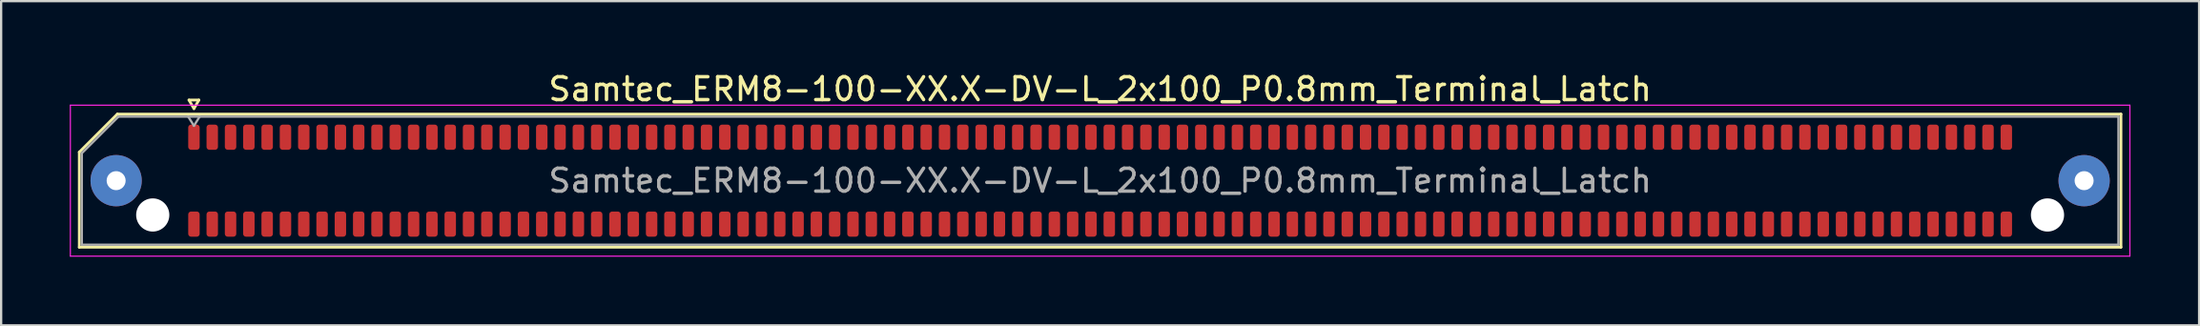
<source format=kicad_pcb>
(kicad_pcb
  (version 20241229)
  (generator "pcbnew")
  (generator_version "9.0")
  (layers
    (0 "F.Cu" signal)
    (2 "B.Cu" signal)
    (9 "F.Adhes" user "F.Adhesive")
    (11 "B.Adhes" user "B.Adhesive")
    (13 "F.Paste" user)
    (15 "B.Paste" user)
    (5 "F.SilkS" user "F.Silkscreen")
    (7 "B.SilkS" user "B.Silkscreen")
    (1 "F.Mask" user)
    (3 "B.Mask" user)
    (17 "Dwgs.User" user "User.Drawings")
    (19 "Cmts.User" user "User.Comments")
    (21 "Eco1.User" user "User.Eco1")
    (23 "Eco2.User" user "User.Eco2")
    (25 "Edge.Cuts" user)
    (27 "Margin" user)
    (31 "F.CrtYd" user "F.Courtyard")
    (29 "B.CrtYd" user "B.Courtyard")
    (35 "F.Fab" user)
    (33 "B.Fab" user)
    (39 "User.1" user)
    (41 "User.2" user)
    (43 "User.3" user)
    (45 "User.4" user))
  (footprint "Samtec_ERM8-100-XX.X-DV-L_2x100_P0.8mm_Terminal_Latch"
    (layer "F.Cu")
    (at 45.025 4.848)
    (property "Reference" "Samtec_ERM8-100-XX.X-DV-L_2x100_P0.8mm_Terminal_Latch" (at 0 -4 0) (layer "F.SilkS") (effects (font (size 1 1) (thickness 0.15))))
    (attr smd)
    (fp_line (start -44.61 -1.246) (end -42.946 -2.91) (stroke (width 0.12) (type solid)) (layer "F.SilkS"))
    (fp_line (start -44.61 2.91) (end -44.61 -1.246) (stroke (width 0.12) (type solid)) (layer "F.SilkS"))
    (fp_line (start -42.946 -2.91) (end 44.61 -2.91) (stroke (width 0.12) (type solid)) (layer "F.SilkS"))
    (fp_line (start -39.817 -3.525) (end -39.6 -3.15) (stroke (width 0.12) (type solid)) (layer "F.SilkS"))
    (fp_line (start -39.6 -3.15) (end -39.383 -3.525) (stroke (width 0.12) (type solid)) (layer "F.SilkS"))
    (fp_line (start -39.383 -3.525) (end -39.817 -3.525) (stroke (width 0.12) (type solid)) (layer "F.SilkS"))
    (fp_line (start 44.61 -2.91) (end 44.61 2.91) (stroke (width 0.12) (type solid)) (layer "F.SilkS"))
    (fp_line (start 44.61 2.91) (end -44.61 2.91) (stroke (width 0.12) (type solid)) (layer "F.SilkS"))
    (fp_line (start -45 -3.3) (end -45 3.3) (stroke (width 0.05) (type solid)) (layer "F.CrtYd"))
    (fp_line (start -45 3.3) (end 45 3.3) (stroke (width 0.05) (type solid)) (layer "F.CrtYd"))
    (fp_line (start 45 -3.3) (end -45 -3.3) (stroke (width 0.05) (type solid)) (layer "F.CrtYd"))
    (fp_line (start 45 3.3) (end 45 -3.3) (stroke (width 0.05) (type solid)) (layer "F.CrtYd"))
    (fp_line (start -44.5 -1.2) (end -42.9 -2.8) (stroke (width 0.1) (type solid)) (layer "F.Fab"))
    (fp_line (start -44.5 2.8) (end -44.5 -1.2) (stroke (width 0.1) (type solid)) (layer "F.Fab"))
    (fp_line (start -42.9 -2.8) (end 44.5 -2.8) (stroke (width 0.1) (type solid)) (layer "F.Fab"))
    (fp_line (start -39.6 -2.4) (end -39.85 -2.8) (stroke (width 0.1) (type solid)) (layer "F.Fab"))
    (fp_line (start -39.6 -2.4) (end -39.35 -2.8) (stroke (width 0.1) (type solid)) (layer "F.Fab"))
    (fp_line (start 44.5 -2.8) (end 44.5 2.8) (stroke (width 0.1) (type solid)) (layer "F.Fab"))
    (fp_line (start 44.5 2.8) (end -44.5 2.8) (stroke (width 0.1) (type solid)) (layer "F.Fab"))
    (fp_text user "${REFERENCE}" (at 0 0 0) (layer "F.Fab") (effects (font (size 1 1) (thickness 0.15))))
    (pad "" thru_hole circle (at -43 0) (size 2.24 2.24) (drill 0.83) (layers "*.Cu" "*.Mask" "F.Paste"))
    (pad "" np_thru_hole circle (at -41.4 1.5) (size 1.45 1.45) (drill 1.45) (layers "*.Cu" "*.Mask"))
    (pad "" np_thru_hole circle (at 41.4 1.5) (size 1.45 1.45) (drill 1.45) (layers "*.Cu" "*.Mask"))
    (pad "" thru_hole circle (at 43 0) (size 2.24 2.24) (drill 0.83) (layers "*.Cu" "*.Mask" "F.Paste"))
    (pad "1" smd roundrect (at -39.6 -1.9) (size 0.5 1.1) (layers "F.Cu" "F.Mask" "F.Paste") (roundrect_rratio 0.25))
    (pad "2" smd roundrect (at -39.6 1.9) (size 0.5 1.1) (layers "F.Cu" "F.Mask" "F.Paste") (roundrect_rratio 0.25))
    (pad "3" smd roundrect (at -38.8 -1.9) (size 0.5 1.1) (layers "F.Cu" "F.Mask" "F.Paste") (roundrect_rratio 0.25))
    (pad "4" smd roundrect (at -38.8 1.9) (size 0.5 1.1) (layers "F.Cu" "F.Mask" "F.Paste") (roundrect_rratio 0.25))
    (pad "5" smd roundrect (at -38 -1.9) (size 0.5 1.1) (layers "F.Cu" "F.Mask" "F.Paste") (roundrect_rratio 0.25))
    (pad "6" smd roundrect (at -38 1.9) (size 0.5 1.1) (layers "F.Cu" "F.Mask" "F.Paste") (roundrect_rratio 0.25))
    (pad "7" smd roundrect (at -37.2 -1.9) (size 0.5 1.1) (layers "F.Cu" "F.Mask" "F.Paste") (roundrect_rratio 0.25))
    (pad "8" smd roundrect (at -37.2 1.9) (size 0.5 1.1) (layers "F.Cu" "F.Mask" "F.Paste") (roundrect_rratio 0.25))
    (pad "9" smd roundrect (at -36.4 -1.9) (size 0.5 1.1) (layers "F.Cu" "F.Mask" "F.Paste") (roundrect_rratio 0.25))
    (pad "10" smd roundrect (at -36.4 1.9) (size 0.5 1.1) (layers "F.Cu" "F.Mask" "F.Paste") (roundrect_rratio 0.25))
    (pad "11" smd roundrect (at -35.6 -1.9) (size 0.5 1.1) (layers "F.Cu" "F.Mask" "F.Paste") (roundrect_rratio 0.25))
    (pad "12" smd roundrect (at -35.6 1.9) (size 0.5 1.1) (layers "F.Cu" "F.Mask" "F.Paste") (roundrect_rratio 0.25))
    (pad "13" smd roundrect (at -34.8 -1.9) (size 0.5 1.1) (layers "F.Cu" "F.Mask" "F.Paste") (roundrect_rratio 0.25))
    (pad "14" smd roundrect (at -34.8 1.9) (size 0.5 1.1) (layers "F.Cu" "F.Mask" "F.Paste") (roundrect_rratio 0.25))
    (pad "15" smd roundrect (at -34 -1.9) (size 0.5 1.1) (layers "F.Cu" "F.Mask" "F.Paste") (roundrect_rratio 0.25))
    (pad "16" smd roundrect (at -34 1.9) (size 0.5 1.1) (layers "F.Cu" "F.Mask" "F.Paste") (roundrect_rratio 0.25))
    (pad "17" smd roundrect (at -33.2 -1.9) (size 0.5 1.1) (layers "F.Cu" "F.Mask" "F.Paste") (roundrect_rratio 0.25))
    (pad "18" smd roundrect (at -33.2 1.9) (size 0.5 1.1) (layers "F.Cu" "F.Mask" "F.Paste") (roundrect_rratio 0.25))
    (pad "19" smd roundrect (at -32.4 -1.9) (size 0.5 1.1) (layers "F.Cu" "F.Mask" "F.Paste") (roundrect_rratio 0.25))
    (pad "20" smd roundrect (at -32.4 1.9) (size 0.5 1.1) (layers "F.Cu" "F.Mask" "F.Paste") (roundrect_rratio 0.25))
    (pad "21" smd roundrect (at -31.6 -1.9) (size 0.5 1.1) (layers "F.Cu" "F.Mask" "F.Paste") (roundrect_rratio 0.25))
    (pad "22" smd roundrect (at -31.6 1.9) (size 0.5 1.1) (layers "F.Cu" "F.Mask" "F.Paste") (roundrect_rratio 0.25))
    (pad "23" smd roundrect (at -30.8 -1.9) (size 0.5 1.1) (layers "F.Cu" "F.Mask" "F.Paste") (roundrect_rratio 0.25))
    (pad "24" smd roundrect (at -30.8 1.9) (size 0.5 1.1) (layers "F.Cu" "F.Mask" "F.Paste") (roundrect_rratio 0.25))
    (pad "25" smd roundrect (at -30 -1.9) (size 0.5 1.1) (layers "F.Cu" "F.Mask" "F.Paste") (roundrect_rratio 0.25))
    (pad "26" smd roundrect (at -30 1.9) (size 0.5 1.1) (layers "F.Cu" "F.Mask" "F.Paste") (roundrect_rratio 0.25))
    (pad "27" smd roundrect (at -29.2 -1.9) (size 0.5 1.1) (layers "F.Cu" "F.Mask" "F.Paste") (roundrect_rratio 0.25))
    (pad "28" smd roundrect (at -29.2 1.9) (size 0.5 1.1) (layers "F.Cu" "F.Mask" "F.Paste") (roundrect_rratio 0.25))
    (pad "29" smd roundrect (at -28.4 -1.9) (size 0.5 1.1) (layers "F.Cu" "F.Mask" "F.Paste") (roundrect_rratio 0.25))
    (pad "30" smd roundrect (at -28.4 1.9) (size 0.5 1.1) (layers "F.Cu" "F.Mask" "F.Paste") (roundrect_rratio 0.25))
    (pad "31" smd roundrect (at -27.6 -1.9) (size 0.5 1.1) (layers "F.Cu" "F.Mask" "F.Paste") (roundrect_rratio 0.25))
    (pad "32" smd roundrect (at -27.6 1.9) (size 0.5 1.1) (layers "F.Cu" "F.Mask" "F.Paste") (roundrect_rratio 0.25))
    (pad "33" smd roundrect (at -26.8 -1.9) (size 0.5 1.1) (layers "F.Cu" "F.Mask" "F.Paste") (roundrect_rratio 0.25))
    (pad "34" smd roundrect (at -26.8 1.9) (size 0.5 1.1) (layers "F.Cu" "F.Mask" "F.Paste") (roundrect_rratio 0.25))
    (pad "35" smd roundrect (at -26 -1.9) (size 0.5 1.1) (layers "F.Cu" "F.Mask" "F.Paste") (roundrect_rratio 0.25))
    (pad "36" smd roundrect (at -26 1.9) (size 0.5 1.1) (layers "F.Cu" "F.Mask" "F.Paste") (roundrect_rratio 0.25))
    (pad "37" smd roundrect (at -25.2 -1.9) (size 0.5 1.1) (layers "F.Cu" "F.Mask" "F.Paste") (roundrect_rratio 0.25))
    (pad "38" smd roundrect (at -25.2 1.9) (size 0.5 1.1) (layers "F.Cu" "F.Mask" "F.Paste") (roundrect_rratio 0.25))
    (pad "39" smd roundrect (at -24.4 -1.9) (size 0.5 1.1) (layers "F.Cu" "F.Mask" "F.Paste") (roundrect_rratio 0.25))
    (pad "40" smd roundrect (at -24.4 1.9) (size 0.5 1.1) (layers "F.Cu" "F.Mask" "F.Paste") (roundrect_rratio 0.25))
    (pad "41" smd roundrect (at -23.6 -1.9) (size 0.5 1.1) (layers "F.Cu" "F.Mask" "F.Paste") (roundrect_rratio 0.25))
    (pad "42" smd roundrect (at -23.6 1.9) (size 0.5 1.1) (layers "F.Cu" "F.Mask" "F.Paste") (roundrect_rratio 0.25))
    (pad "43" smd roundrect (at -22.8 -1.9) (size 0.5 1.1) (layers "F.Cu" "F.Mask" "F.Paste") (roundrect_rratio 0.25))
    (pad "44" smd roundrect (at -22.8 1.9) (size 0.5 1.1) (layers "F.Cu" "F.Mask" "F.Paste") (roundrect_rratio 0.25))
    (pad "45" smd roundrect (at -22 -1.9) (size 0.5 1.1) (layers "F.Cu" "F.Mask" "F.Paste") (roundrect_rratio 0.25))
    (pad "46" smd roundrect (at -22 1.9) (size 0.5 1.1) (layers "F.Cu" "F.Mask" "F.Paste") (roundrect_rratio 0.25))
    (pad "47" smd roundrect (at -21.2 -1.9) (size 0.5 1.1) (layers "F.Cu" "F.Mask" "F.Paste") (roundrect_rratio 0.25))
    (pad "48" smd roundrect (at -21.2 1.9) (size 0.5 1.1) (layers "F.Cu" "F.Mask" "F.Paste") (roundrect_rratio 0.25))
    (pad "49" smd roundrect (at -20.4 -1.9) (size 0.5 1.1) (layers "F.Cu" "F.Mask" "F.Paste") (roundrect_rratio 0.25))
    (pad "50" smd roundrect (at -20.4 1.9) (size 0.5 1.1) (layers "F.Cu" "F.Mask" "F.Paste") (roundrect_rratio 0.25))
    (pad "51" smd roundrect (at -19.6 -1.9) (size 0.5 1.1) (layers "F.Cu" "F.Mask" "F.Paste") (roundrect_rratio 0.25))
    (pad "52" smd roundrect (at -19.6 1.9) (size 0.5 1.1) (layers "F.Cu" "F.Mask" "F.Paste") (roundrect_rratio 0.25))
    (pad "53" smd roundrect (at -18.8 -1.9) (size 0.5 1.1) (layers "F.Cu" "F.Mask" "F.Paste") (roundrect_rratio 0.25))
    (pad "54" smd roundrect (at -18.8 1.9) (size 0.5 1.1) (layers "F.Cu" "F.Mask" "F.Paste") (roundrect_rratio 0.25))
    (pad "55" smd roundrect (at -18 -1.9) (size 0.5 1.1) (layers "F.Cu" "F.Mask" "F.Paste") (roundrect_rratio 0.25))
    (pad "56" smd roundrect (at -18 1.9) (size 0.5 1.1) (layers "F.Cu" "F.Mask" "F.Paste") (roundrect_rratio 0.25))
    (pad "57" smd roundrect (at -17.2 -1.9) (size 0.5 1.1) (layers "F.Cu" "F.Mask" "F.Paste") (roundrect_rratio 0.25))
    (pad "58" smd roundrect (at -17.2 1.9) (size 0.5 1.1) (layers "F.Cu" "F.Mask" "F.Paste") (roundrect_rratio 0.25))
    (pad "59" smd roundrect (at -16.4 -1.9) (size 0.5 1.1) (layers "F.Cu" "F.Mask" "F.Paste") (roundrect_rratio 0.25))
    (pad "60" smd roundrect (at -16.4 1.9) (size 0.5 1.1) (layers "F.Cu" "F.Mask" "F.Paste") (roundrect_rratio 0.25))
    (pad "61" smd roundrect (at -15.6 -1.9) (size 0.5 1.1) (layers "F.Cu" "F.Mask" "F.Paste") (roundrect_rratio 0.25))
    (pad "62" smd roundrect (at -15.6 1.9) (size 0.5 1.1) (layers "F.Cu" "F.Mask" "F.Paste") (roundrect_rratio 0.25))
    (pad "63" smd roundrect (at -14.8 -1.9) (size 0.5 1.1) (layers "F.Cu" "F.Mask" "F.Paste") (roundrect_rratio 0.25))
    (pad "64" smd roundrect (at -14.8 1.9) (size 0.5 1.1) (layers "F.Cu" "F.Mask" "F.Paste") (roundrect_rratio 0.25))
    (pad "65" smd roundrect (at -14 -1.9) (size 0.5 1.1) (layers "F.Cu" "F.Mask" "F.Paste") (roundrect_rratio 0.25))
    (pad "66" smd roundrect (at -14 1.9) (size 0.5 1.1) (layers "F.Cu" "F.Mask" "F.Paste") (roundrect_rratio 0.25))
    (pad "67" smd roundrect (at -13.2 -1.9) (size 0.5 1.1) (layers "F.Cu" "F.Mask" "F.Paste") (roundrect_rratio 0.25))
    (pad "68" smd roundrect (at -13.2 1.9) (size 0.5 1.1) (layers "F.Cu" "F.Mask" "F.Paste") (roundrect_rratio 0.25))
    (pad "69" smd roundrect (at -12.4 -1.9) (size 0.5 1.1) (layers "F.Cu" "F.Mask" "F.Paste") (roundrect_rratio 0.25))
    (pad "70" smd roundrect (at -12.4 1.9) (size 0.5 1.1) (layers "F.Cu" "F.Mask" "F.Paste") (roundrect_rratio 0.25))
    (pad "71" smd roundrect (at -11.6 -1.9) (size 0.5 1.1) (layers "F.Cu" "F.Mask" "F.Paste") (roundrect_rratio 0.25))
    (pad "72" smd roundrect (at -11.6 1.9) (size 0.5 1.1) (layers "F.Cu" "F.Mask" "F.Paste") (roundrect_rratio 0.25))
    (pad "73" smd roundrect (at -10.8 -1.9) (size 0.5 1.1) (layers "F.Cu" "F.Mask" "F.Paste") (roundrect_rratio 0.25))
    (pad "74" smd roundrect (at -10.8 1.9) (size 0.5 1.1) (layers "F.Cu" "F.Mask" "F.Paste") (roundrect_rratio 0.25))
    (pad "75" smd roundrect (at -10 -1.9) (size 0.5 1.1) (layers "F.Cu" "F.Mask" "F.Paste") (roundrect_rratio 0.25))
    (pad "76" smd roundrect (at -10 1.9) (size 0.5 1.1) (layers "F.Cu" "F.Mask" "F.Paste") (roundrect_rratio 0.25))
    (pad "77" smd roundrect (at -9.2 -1.9) (size 0.5 1.1) (layers "F.Cu" "F.Mask" "F.Paste") (roundrect_rratio 0.25))
    (pad "78" smd roundrect (at -9.2 1.9) (size 0.5 1.1) (layers "F.Cu" "F.Mask" "F.Paste") (roundrect_rratio 0.25))
    (pad "79" smd roundrect (at -8.4 -1.9) (size 0.5 1.1) (layers "F.Cu" "F.Mask" "F.Paste") (roundrect_rratio 0.25))
    (pad "80" smd roundrect (at -8.4 1.9) (size 0.5 1.1) (layers "F.Cu" "F.Mask" "F.Paste") (roundrect_rratio 0.25))
    (pad "81" smd roundrect (at -7.6 -1.9) (size 0.5 1.1) (layers "F.Cu" "F.Mask" "F.Paste") (roundrect_rratio 0.25))
    (pad "82" smd roundrect (at -7.6 1.9) (size 0.5 1.1) (layers "F.Cu" "F.Mask" "F.Paste") (roundrect_rratio 0.25))
    (pad "83" smd roundrect (at -6.8 -1.9) (size 0.5 1.1) (layers "F.Cu" "F.Mask" "F.Paste") (roundrect_rratio 0.25))
    (pad "84" smd roundrect (at -6.8 1.9) (size 0.5 1.1) (layers "F.Cu" "F.Mask" "F.Paste") (roundrect_rratio 0.25))
    (pad "85" smd roundrect (at -6 -1.9) (size 0.5 1.1) (layers "F.Cu" "F.Mask" "F.Paste") (roundrect_rratio 0.25))
    (pad "86" smd roundrect (at -6 1.9) (size 0.5 1.1) (layers "F.Cu" "F.Mask" "F.Paste") (roundrect_rratio 0.25))
    (pad "87" smd roundrect (at -5.2 -1.9) (size 0.5 1.1) (layers "F.Cu" "F.Mask" "F.Paste") (roundrect_rratio 0.25))
    (pad "88" smd roundrect (at -5.2 1.9) (size 0.5 1.1) (layers "F.Cu" "F.Mask" "F.Paste") (roundrect_rratio 0.25))
    (pad "89" smd roundrect (at -4.4 -1.9) (size 0.5 1.1) (layers "F.Cu" "F.Mask" "F.Paste") (roundrect_rratio 0.25))
    (pad "90" smd roundrect (at -4.4 1.9) (size 0.5 1.1) (layers "F.Cu" "F.Mask" "F.Paste") (roundrect_rratio 0.25))
    (pad "91" smd roundrect (at -3.6 -1.9) (size 0.5 1.1) (layers "F.Cu" "F.Mask" "F.Paste") (roundrect_rratio 0.25))
    (pad "92" smd roundrect (at -3.6 1.9) (size 0.5 1.1) (layers "F.Cu" "F.Mask" "F.Paste") (roundrect_rratio 0.25))
    (pad "93" smd roundrect (at -2.8 -1.9) (size 0.5 1.1) (layers "F.Cu" "F.Mask" "F.Paste") (roundrect_rratio 0.25))
    (pad "94" smd roundrect (at -2.8 1.9) (size 0.5 1.1) (layers "F.Cu" "F.Mask" "F.Paste") (roundrect_rratio 0.25))
    (pad "95" smd roundrect (at -2 -1.9) (size 0.5 1.1) (layers "F.Cu" "F.Mask" "F.Paste") (roundrect_rratio 0.25))
    (pad "96" smd roundrect (at -2 1.9) (size 0.5 1.1) (layers "F.Cu" "F.Mask" "F.Paste") (roundrect_rratio 0.25))
    (pad "97" smd roundrect (at -1.2 -1.9) (size 0.5 1.1) (layers "F.Cu" "F.Mask" "F.Paste") (roundrect_rratio 0.25))
    (pad "98" smd roundrect (at -1.2 1.9) (size 0.5 1.1) (layers "F.Cu" "F.Mask" "F.Paste") (roundrect_rratio 0.25))
    (pad "99" smd roundrect (at -0.4 -1.9) (size 0.5 1.1) (layers "F.Cu" "F.Mask" "F.Paste") (roundrect_rratio 0.25))
    (pad "100" smd roundrect (at -0.4 1.9) (size 0.5 1.1) (layers "F.Cu" "F.Mask" "F.Paste") (roundrect_rratio 0.25))
    (pad "101" smd roundrect (at 0.4 -1.9) (size 0.5 1.1) (layers "F.Cu" "F.Mask" "F.Paste") (roundrect_rratio 0.25))
    (pad "102" smd roundrect (at 0.4 1.9) (size 0.5 1.1) (layers "F.Cu" "F.Mask" "F.Paste") (roundrect_rratio 0.25))
    (pad "103" smd roundrect (at 1.2 -1.9) (size 0.5 1.1) (layers "F.Cu" "F.Mask" "F.Paste") (roundrect_rratio 0.25))
    (pad "104" smd roundrect (at 1.2 1.9) (size 0.5 1.1) (layers "F.Cu" "F.Mask" "F.Paste") (roundrect_rratio 0.25))
    (pad "105" smd roundrect (at 2 -1.9) (size 0.5 1.1) (layers "F.Cu" "F.Mask" "F.Paste") (roundrect_rratio 0.25))
    (pad "106" smd roundrect (at 2 1.9) (size 0.5 1.1) (layers "F.Cu" "F.Mask" "F.Paste") (roundrect_rratio 0.25))
    (pad "107" smd roundrect (at 2.8 -1.9) (size 0.5 1.1) (layers "F.Cu" "F.Mask" "F.Paste") (roundrect_rratio 0.25))
    (pad "108" smd roundrect (at 2.8 1.9) (size 0.5 1.1) (layers "F.Cu" "F.Mask" "F.Paste") (roundrect_rratio 0.25))
    (pad "109" smd roundrect (at 3.6 -1.9) (size 0.5 1.1) (layers "F.Cu" "F.Mask" "F.Paste") (roundrect_rratio 0.25))
    (pad "110" smd roundrect (at 3.6 1.9) (size 0.5 1.1) (layers "F.Cu" "F.Mask" "F.Paste") (roundrect_rratio 0.25))
    (pad "111" smd roundrect (at 4.4 -1.9) (size 0.5 1.1) (layers "F.Cu" "F.Mask" "F.Paste") (roundrect_rratio 0.25))
    (pad "112" smd roundrect (at 4.4 1.9) (size 0.5 1.1) (layers "F.Cu" "F.Mask" "F.Paste") (roundrect_rratio 0.25))
    (pad "113" smd roundrect (at 5.2 -1.9) (size 0.5 1.1) (layers "F.Cu" "F.Mask" "F.Paste") (roundrect_rratio 0.25))
    (pad "114" smd roundrect (at 5.2 1.9) (size 0.5 1.1) (layers "F.Cu" "F.Mask" "F.Paste") (roundrect_rratio 0.25))
    (pad "115" smd roundrect (at 6 -1.9) (size 0.5 1.1) (layers "F.Cu" "F.Mask" "F.Paste") (roundrect_rratio 0.25))
    (pad "116" smd roundrect (at 6 1.9) (size 0.5 1.1) (layers "F.Cu" "F.Mask" "F.Paste") (roundrect_rratio 0.25))
    (pad "117" smd roundrect (at 6.8 -1.9) (size 0.5 1.1) (layers "F.Cu" "F.Mask" "F.Paste") (roundrect_rratio 0.25))
    (pad "118" smd roundrect (at 6.8 1.9) (size 0.5 1.1) (layers "F.Cu" "F.Mask" "F.Paste") (roundrect_rratio 0.25))
    (pad "119" smd roundrect (at 7.6 -1.9) (size 0.5 1.1) (layers "F.Cu" "F.Mask" "F.Paste") (roundrect_rratio 0.25))
    (pad "120" smd roundrect (at 7.6 1.9) (size 0.5 1.1) (layers "F.Cu" "F.Mask" "F.Paste") (roundrect_rratio 0.25))
    (pad "121" smd roundrect (at 8.4 -1.9) (size 0.5 1.1) (layers "F.Cu" "F.Mask" "F.Paste") (roundrect_rratio 0.25))
    (pad "122" smd roundrect (at 8.4 1.9) (size 0.5 1.1) (layers "F.Cu" "F.Mask" "F.Paste") (roundrect_rratio 0.25))
    (pad "123" smd roundrect (at 9.2 -1.9) (size 0.5 1.1) (layers "F.Cu" "F.Mask" "F.Paste") (roundrect_rratio 0.25))
    (pad "124" smd roundrect (at 9.2 1.9) (size 0.5 1.1) (layers "F.Cu" "F.Mask" "F.Paste") (roundrect_rratio 0.25))
    (pad "125" smd roundrect (at 10 -1.9) (size 0.5 1.1) (layers "F.Cu" "F.Mask" "F.Paste") (roundrect_rratio 0.25))
    (pad "126" smd roundrect (at 10 1.9) (size 0.5 1.1) (layers "F.Cu" "F.Mask" "F.Paste") (roundrect_rratio 0.25))
    (pad "127" smd roundrect (at 10.8 -1.9) (size 0.5 1.1) (layers "F.Cu" "F.Mask" "F.Paste") (roundrect_rratio 0.25))
    (pad "128" smd roundrect (at 10.8 1.9) (size 0.5 1.1) (layers "F.Cu" "F.Mask" "F.Paste") (roundrect_rratio 0.25))
    (pad "129" smd roundrect (at 11.6 -1.9) (size 0.5 1.1) (layers "F.Cu" "F.Mask" "F.Paste") (roundrect_rratio 0.25))
    (pad "130" smd roundrect (at 11.6 1.9) (size 0.5 1.1) (layers "F.Cu" "F.Mask" "F.Paste") (roundrect_rratio 0.25))
    (pad "131" smd roundrect (at 12.4 -1.9) (size 0.5 1.1) (layers "F.Cu" "F.Mask" "F.Paste") (roundrect_rratio 0.25))
    (pad "132" smd roundrect (at 12.4 1.9) (size 0.5 1.1) (layers "F.Cu" "F.Mask" "F.Paste") (roundrect_rratio 0.25))
    (pad "133" smd roundrect (at 13.2 -1.9) (size 0.5 1.1) (layers "F.Cu" "F.Mask" "F.Paste") (roundrect_rratio 0.25))
    (pad "134" smd roundrect (at 13.2 1.9) (size 0.5 1.1) (layers "F.Cu" "F.Mask" "F.Paste") (roundrect_rratio 0.25))
    (pad "135" smd roundrect (at 14 -1.9) (size 0.5 1.1) (layers "F.Cu" "F.Mask" "F.Paste") (roundrect_rratio 0.25))
    (pad "136" smd roundrect (at 14 1.9) (size 0.5 1.1) (layers "F.Cu" "F.Mask" "F.Paste") (roundrect_rratio 0.25))
    (pad "137" smd roundrect (at 14.8 -1.9) (size 0.5 1.1) (layers "F.Cu" "F.Mask" "F.Paste") (roundrect_rratio 0.25))
    (pad "138" smd roundrect (at 14.8 1.9) (size 0.5 1.1) (layers "F.Cu" "F.Mask" "F.Paste") (roundrect_rratio 0.25))
    (pad "139" smd roundrect (at 15.6 -1.9) (size 0.5 1.1) (layers "F.Cu" "F.Mask" "F.Paste") (roundrect_rratio 0.25))
    (pad "140" smd roundrect (at 15.6 1.9) (size 0.5 1.1) (layers "F.Cu" "F.Mask" "F.Paste") (roundrect_rratio 0.25))
    (pad "141" smd roundrect (at 16.4 -1.9) (size 0.5 1.1) (layers "F.Cu" "F.Mask" "F.Paste") (roundrect_rratio 0.25))
    (pad "142" smd roundrect (at 16.4 1.9) (size 0.5 1.1) (layers "F.Cu" "F.Mask" "F.Paste") (roundrect_rratio 0.25))
    (pad "143" smd roundrect (at 17.2 -1.9) (size 0.5 1.1) (layers "F.Cu" "F.Mask" "F.Paste") (roundrect_rratio 0.25))
    (pad "144" smd roundrect (at 17.2 1.9) (size 0.5 1.1) (layers "F.Cu" "F.Mask" "F.Paste") (roundrect_rratio 0.25))
    (pad "145" smd roundrect (at 18 -1.9) (size 0.5 1.1) (layers "F.Cu" "F.Mask" "F.Paste") (roundrect_rratio 0.25))
    (pad "146" smd roundrect (at 18 1.9) (size 0.5 1.1) (layers "F.Cu" "F.Mask" "F.Paste") (roundrect_rratio 0.25))
    (pad "147" smd roundrect (at 18.8 -1.9) (size 0.5 1.1) (layers "F.Cu" "F.Mask" "F.Paste") (roundrect_rratio 0.25))
    (pad "148" smd roundrect (at 18.8 1.9) (size 0.5 1.1) (layers "F.Cu" "F.Mask" "F.Paste") (roundrect_rratio 0.25))
    (pad "149" smd roundrect (at 19.6 -1.9) (size 0.5 1.1) (layers "F.Cu" "F.Mask" "F.Paste") (roundrect_rratio 0.25))
    (pad "150" smd roundrect (at 19.6 1.9) (size 0.5 1.1) (layers "F.Cu" "F.Mask" "F.Paste") (roundrect_rratio 0.25))
    (pad "151" smd roundrect (at 20.4 -1.9) (size 0.5 1.1) (layers "F.Cu" "F.Mask" "F.Paste") (roundrect_rratio 0.25))
    (pad "152" smd roundrect (at 20.4 1.9) (size 0.5 1.1) (layers "F.Cu" "F.Mask" "F.Paste") (roundrect_rratio 0.25))
    (pad "153" smd roundrect (at 21.2 -1.9) (size 0.5 1.1) (layers "F.Cu" "F.Mask" "F.Paste") (roundrect_rratio 0.25))
    (pad "154" smd roundrect (at 21.2 1.9) (size 0.5 1.1) (layers "F.Cu" "F.Mask" "F.Paste") (roundrect_rratio 0.25))
    (pad "155" smd roundrect (at 22 -1.9) (size 0.5 1.1) (layers "F.Cu" "F.Mask" "F.Paste") (roundrect_rratio 0.25))
    (pad "156" smd roundrect (at 22 1.9) (size 0.5 1.1) (layers "F.Cu" "F.Mask" "F.Paste") (roundrect_rratio 0.25))
    (pad "157" smd roundrect (at 22.8 -1.9) (size 0.5 1.1) (layers "F.Cu" "F.Mask" "F.Paste") (roundrect_rratio 0.25))
    (pad "158" smd roundrect (at 22.8 1.9) (size 0.5 1.1) (layers "F.Cu" "F.Mask" "F.Paste") (roundrect_rratio 0.25))
    (pad "159" smd roundrect (at 23.6 -1.9) (size 0.5 1.1) (layers "F.Cu" "F.Mask" "F.Paste") (roundrect_rratio 0.25))
    (pad "160" smd roundrect (at 23.6 1.9) (size 0.5 1.1) (layers "F.Cu" "F.Mask" "F.Paste") (roundrect_rratio 0.25))
    (pad "161" smd roundrect (at 24.4 -1.9) (size 0.5 1.1) (layers "F.Cu" "F.Mask" "F.Paste") (roundrect_rratio 0.25))
    (pad "162" smd roundrect (at 24.4 1.9) (size 0.5 1.1) (layers "F.Cu" "F.Mask" "F.Paste") (roundrect_rratio 0.25))
    (pad "163" smd roundrect (at 25.2 -1.9) (size 0.5 1.1) (layers "F.Cu" "F.Mask" "F.Paste") (roundrect_rratio 0.25))
    (pad "164" smd roundrect (at 25.2 1.9) (size 0.5 1.1) (layers "F.Cu" "F.Mask" "F.Paste") (roundrect_rratio 0.25))
    (pad "165" smd roundrect (at 26 -1.9) (size 0.5 1.1) (layers "F.Cu" "F.Mask" "F.Paste") (roundrect_rratio 0.25))
    (pad "166" smd roundrect (at 26 1.9) (size 0.5 1.1) (layers "F.Cu" "F.Mask" "F.Paste") (roundrect_rratio 0.25))
    (pad "167" smd roundrect (at 26.8 -1.9) (size 0.5 1.1) (layers "F.Cu" "F.Mask" "F.Paste") (roundrect_rratio 0.25))
    (pad "168" smd roundrect (at 26.8 1.9) (size 0.5 1.1) (layers "F.Cu" "F.Mask" "F.Paste") (roundrect_rratio 0.25))
    (pad "169" smd roundrect (at 27.6 -1.9) (size 0.5 1.1) (layers "F.Cu" "F.Mask" "F.Paste") (roundrect_rratio 0.25))
    (pad "170" smd roundrect (at 27.6 1.9) (size 0.5 1.1) (layers "F.Cu" "F.Mask" "F.Paste") (roundrect_rratio 0.25))
    (pad "171" smd roundrect (at 28.4 -1.9) (size 0.5 1.1) (layers "F.Cu" "F.Mask" "F.Paste") (roundrect_rratio 0.25))
    (pad "172" smd roundrect (at 28.4 1.9) (size 0.5 1.1) (layers "F.Cu" "F.Mask" "F.Paste") (roundrect_rratio 0.25))
    (pad "173" smd roundrect (at 29.2 -1.9) (size 0.5 1.1) (layers "F.Cu" "F.Mask" "F.Paste") (roundrect_rratio 0.25))
    (pad "174" smd roundrect (at 29.2 1.9) (size 0.5 1.1) (layers "F.Cu" "F.Mask" "F.Paste") (roundrect_rratio 0.25))
    (pad "175" smd roundrect (at 30 -1.9) (size 0.5 1.1) (layers "F.Cu" "F.Mask" "F.Paste") (roundrect_rratio 0.25))
    (pad "176" smd roundrect (at 30 1.9) (size 0.5 1.1) (layers "F.Cu" "F.Mask" "F.Paste") (roundrect_rratio 0.25))
    (pad "177" smd roundrect (at 30.8 -1.9) (size 0.5 1.1) (layers "F.Cu" "F.Mask" "F.Paste") (roundrect_rratio 0.25))
    (pad "178" smd roundrect (at 30.8 1.9) (size 0.5 1.1) (layers "F.Cu" "F.Mask" "F.Paste") (roundrect_rratio 0.25))
    (pad "179" smd roundrect (at 31.6 -1.9) (size 0.5 1.1) (layers "F.Cu" "F.Mask" "F.Paste") (roundrect_rratio 0.25))
    (pad "180" smd roundrect (at 31.6 1.9) (size 0.5 1.1) (layers "F.Cu" "F.Mask" "F.Paste") (roundrect_rratio 0.25))
    (pad "181" smd roundrect (at 32.4 -1.9) (size 0.5 1.1) (layers "F.Cu" "F.Mask" "F.Paste") (roundrect_rratio 0.25))
    (pad "182" smd roundrect (at 32.4 1.9) (size 0.5 1.1) (layers "F.Cu" "F.Mask" "F.Paste") (roundrect_rratio 0.25))
    (pad "183" smd roundrect (at 33.2 -1.9) (size 0.5 1.1) (layers "F.Cu" "F.Mask" "F.Paste") (roundrect_rratio 0.25))
    (pad "184" smd roundrect (at 33.2 1.9) (size 0.5 1.1) (layers "F.Cu" "F.Mask" "F.Paste") (roundrect_rratio 0.25))
    (pad "185" smd roundrect (at 34 -1.9) (size 0.5 1.1) (layers "F.Cu" "F.Mask" "F.Paste") (roundrect_rratio 0.25))
    (pad "186" smd roundrect (at 34 1.9) (size 0.5 1.1) (layers "F.Cu" "F.Mask" "F.Paste") (roundrect_rratio 0.25))
    (pad "187" smd roundrect (at 34.8 -1.9) (size 0.5 1.1) (layers "F.Cu" "F.Mask" "F.Paste") (roundrect_rratio 0.25))
    (pad "188" smd roundrect (at 34.8 1.9) (size 0.5 1.1) (layers "F.Cu" "F.Mask" "F.Paste") (roundrect_rratio 0.25))
    (pad "189" smd roundrect (at 35.6 -1.9) (size 0.5 1.1) (layers "F.Cu" "F.Mask" "F.Paste") (roundrect_rratio 0.25))
    (pad "190" smd roundrect (at 35.6 1.9) (size 0.5 1.1) (layers "F.Cu" "F.Mask" "F.Paste") (roundrect_rratio 0.25))
    (pad "191" smd roundrect (at 36.4 -1.9) (size 0.5 1.1) (layers "F.Cu" "F.Mask" "F.Paste") (roundrect_rratio 0.25))
    (pad "192" smd roundrect (at 36.4 1.9) (size 0.5 1.1) (layers "F.Cu" "F.Mask" "F.Paste") (roundrect_rratio 0.25))
    (pad "193" smd roundrect (at 37.2 -1.9) (size 0.5 1.1) (layers "F.Cu" "F.Mask" "F.Paste") (roundrect_rratio 0.25))
    (pad "194" smd roundrect (at 37.2 1.9) (size 0.5 1.1) (layers "F.Cu" "F.Mask" "F.Paste") (roundrect_rratio 0.25))
    (pad "195" smd roundrect (at 38 -1.9) (size 0.5 1.1) (layers "F.Cu" "F.Mask" "F.Paste") (roundrect_rratio 0.25))
    (pad "196" smd roundrect (at 38 1.9) (size 0.5 1.1) (layers "F.Cu" "F.Mask" "F.Paste") (roundrect_rratio 0.25))
    (pad "197" smd roundrect (at 38.8 -1.9) (size 0.5 1.1) (layers "F.Cu" "F.Mask" "F.Paste") (roundrect_rratio 0.25))
    (pad "198" smd roundrect (at 38.8 1.9) (size 0.5 1.1) (layers "F.Cu" "F.Mask" "F.Paste") (roundrect_rratio 0.25))
    (pad "199" smd roundrect (at 39.6 -1.9) (size 0.5 1.1) (layers "F.Cu" "F.Mask" "F.Paste") (roundrect_rratio 0.25))
    (pad "200" smd roundrect (at 39.6 1.9) (size 0.5 1.1) (layers "F.Cu" "F.Mask" "F.Paste") (roundrect_rratio 0.25)))
  (gr_rect
    (start -3 -3)
    (end 93.05 11.173)
    (stroke (width 0.1) (type default))
    (fill no)
    (layer "Edge.Cuts")))
</source>
